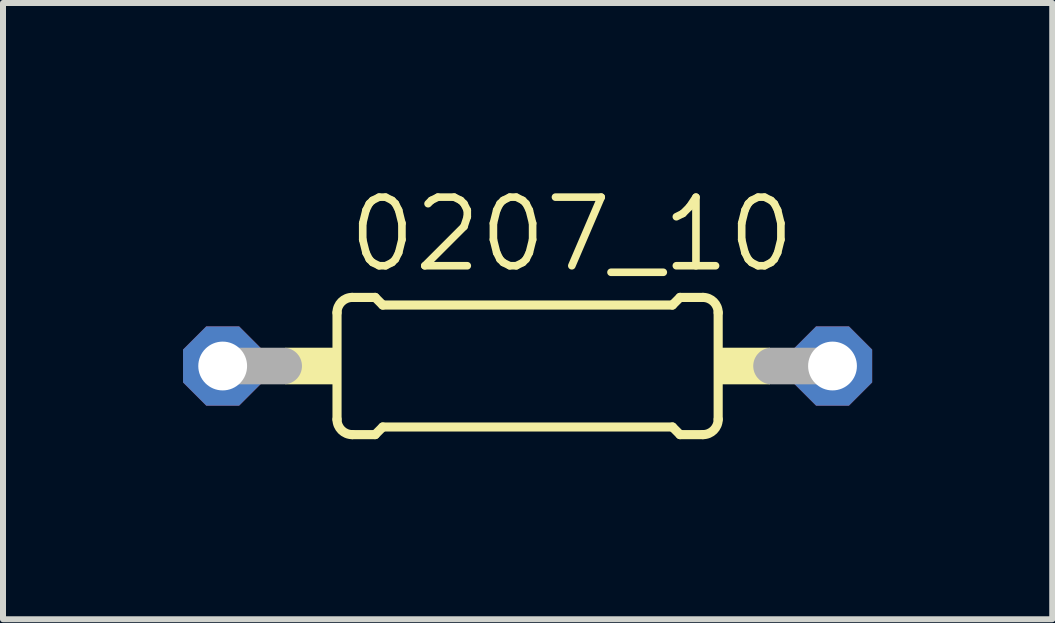
<source format=kicad_pcb>
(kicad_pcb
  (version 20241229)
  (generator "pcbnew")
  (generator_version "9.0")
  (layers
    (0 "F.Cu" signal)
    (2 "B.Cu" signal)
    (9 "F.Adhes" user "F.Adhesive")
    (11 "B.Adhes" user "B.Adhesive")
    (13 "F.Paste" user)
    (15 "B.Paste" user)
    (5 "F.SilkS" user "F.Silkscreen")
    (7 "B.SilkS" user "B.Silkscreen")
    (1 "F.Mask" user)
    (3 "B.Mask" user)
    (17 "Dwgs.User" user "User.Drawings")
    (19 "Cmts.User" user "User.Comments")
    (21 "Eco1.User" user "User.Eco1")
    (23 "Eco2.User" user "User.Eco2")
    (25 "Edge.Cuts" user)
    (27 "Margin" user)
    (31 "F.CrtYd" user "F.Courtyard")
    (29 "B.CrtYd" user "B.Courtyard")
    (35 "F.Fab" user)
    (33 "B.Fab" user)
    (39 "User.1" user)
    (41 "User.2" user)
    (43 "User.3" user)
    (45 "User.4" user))
  (footprint "0207_10"
    (layer "F.Cu")
    (at 5.74 3.048)
    (property "Reference" "0207_10" (at -3.048 -1.524 0) (unlocked yes) (layer "F.SilkS") (effects (font (size 1.143 1.143) (thickness 0.127)) (justify left bottom)))
    (fp_line (start -3.175 0.889) (end -3.175 -0.889) (stroke (width 0.152) (type solid)) (layer "F.SilkS"))
    (fp_line (start -2.921 -1.143) (end -2.54 -1.143) (stroke (width 0.152) (type solid)) (layer "F.SilkS"))
    (fp_line (start -2.921 1.143) (end -2.54 1.143) (stroke (width 0.152) (type solid)) (layer "F.SilkS"))
    (fp_line (start -2.413 -1.016) (end -2.54 -1.143) (stroke (width 0.152) (type solid)) (layer "F.SilkS"))
    (fp_line (start -2.413 1.016) (end -2.54 1.143) (stroke (width 0.152) (type solid)) (layer "F.SilkS"))
    (fp_line (start 2.413 -1.016) (end -2.413 -1.016) (stroke (width 0.152) (type solid)) (layer "F.SilkS"))
    (fp_line (start 2.413 -1.016) (end 2.54 -1.143) (stroke (width 0.152) (type solid)) (layer "F.SilkS"))
    (fp_line (start 2.413 1.016) (end -2.413 1.016) (stroke (width 0.152) (type solid)) (layer "F.SilkS"))
    (fp_line (start 2.413 1.016) (end 2.54 1.143) (stroke (width 0.152) (type solid)) (layer "F.SilkS"))
    (fp_line (start 2.921 -1.143) (end 2.54 -1.143) (stroke (width 0.152) (type solid)) (layer "F.SilkS"))
    (fp_line (start 2.921 1.143) (end 2.54 1.143) (stroke (width 0.152) (type solid)) (layer "F.SilkS"))
    (fp_line (start 3.175 0.889) (end 3.175 -0.889) (stroke (width 0.152) (type solid)) (layer "F.SilkS"))
    (fp_arc (start -3.175 -0.889) (mid -3.100605 -1.068605) (end -2.921 -1.143) (stroke (width 0.1524) (type solid)) (layer "F.SilkS"))
    (fp_arc (start -2.921 1.143) (mid -3.100605 1.068605) (end -3.175 0.889) (stroke (width 0.1524) (type solid)) (layer "F.SilkS"))
    (fp_arc (start 2.921 -1.143) (mid 3.100605 -1.068605) (end 3.175 -0.889) (stroke (width 0.1524) (type solid)) (layer "F.SilkS"))
    (fp_arc (start 3.175 0.889) (mid 3.100605 1.068605) (end 2.921 1.143) (stroke (width 0.1524) (type solid)) (layer "F.SilkS"))
    (fp_poly (pts (xy -4.039 0.305) (xy -3.175 0.305) (xy -3.175 -0.305) (xy -4.039 -0.305)) (stroke (width 0) (type default)) (fill yes) (layer "F.SilkS"))
    (fp_poly (pts (xy 3.175 0.305) (xy 4.039 0.305) (xy 4.039 -0.305) (xy 3.175 -0.305)) (stroke (width 0) (type default)) (fill yes) (layer "F.SilkS"))
    (fp_line (start -5.08 0) (end -4.064 0) (stroke (width 0.61) (type solid)) (layer "F.Fab"))
    (fp_line (start 5.08 0) (end 4.064 0) (stroke (width 0.61) (type solid)) (layer "F.Fab"))
    (pad "1" thru_hole roundrect (at -5.08 0) (size 1.321 1.321) (drill 0.813) (layers "*.Cu" "*.Mask") (roundrect_rratio 0.25) (chamfer_ratio 0.293) (chamfer top_left top_right bottom_left bottom_right))
    (pad "2" thru_hole roundrect (at 5.08 0) (size 1.321 1.321) (drill 0.813) (layers "*.Cu" "*.Mask") (roundrect_rratio 0.25) (chamfer_ratio 0.293) (chamfer top_left top_right bottom_left bottom_right)))
  (gr_rect
    (start -3 -3)
    (end 14.481 7.267)
    (stroke (width 0.1) (type default))
    (fill no)
    (layer "Edge.Cuts")))
</source>
